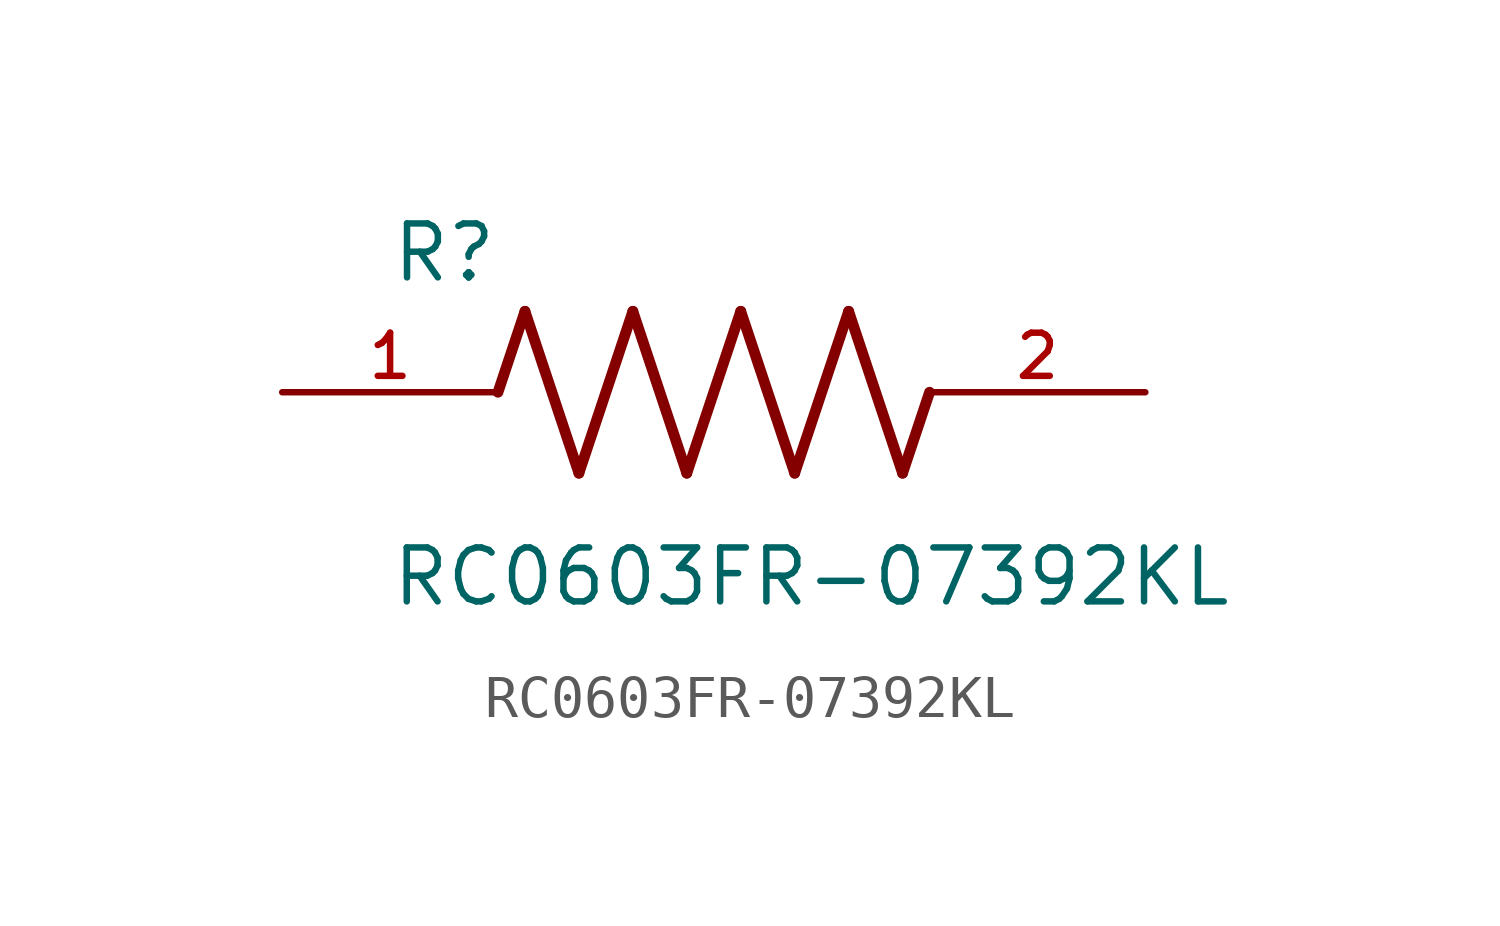
<source format=kicad_sym>
(kicad_symbol_lib
  (version 20211014)
  (generator kicad_symbol_editor)
  (symbol "RC0603FR-07392KL"
    (pin_names
      (offset 1.016))
    (property "Reference" "R"
      (at -7.624 2.541 0)
      (effects (font (size 1.27 1.27)) (justify bottom left)))
    (property "Value" "RC0603FR-07392KL"
      (at -7.63 -5.087 0)
      (effects (font (size 1.27 1.27)) (justify bottom left)))
    (symbol "RC0603FR-07392KL_0_0"
      (polyline (pts (xy -5.08 0.0) (xy -4.445 1.905)) (stroke (width 0.254)))
      (polyline (pts (xy -4.445 1.905) (xy -3.175 -1.905)) (stroke (width 0.254)))
      (polyline (pts (xy -3.175 -1.905) (xy -1.905 1.905)) (stroke (width 0.254)))
      (polyline (pts (xy -1.905 1.905) (xy -0.635 -1.905)) (stroke (width 0.254)))
      (polyline (pts (xy -0.635 -1.905) (xy 0.635 1.905)) (stroke (width 0.254)))
      (polyline (pts (xy 0.635 1.905) (xy 1.905 -1.905)) (stroke (width 0.254)))
      (polyline (pts (xy 1.905 -1.905) (xy 3.175 1.905)) (stroke (width 0.254)))
      (polyline (pts (xy 3.175 1.905) (xy 4.445 -1.905)) (stroke (width 0.254)))
      (polyline (pts (xy 4.445 -1.905) (xy 5.08 0.0)) (stroke (width 0.254)))
      (pin passive line (at -10.16 0.0 0) (length 5.08) (name "~" (effects (font (size 1.016 1.016)))) (number "1" (effects (font (size 1.016 1.016)))))
      (pin passive line (at 10.16 0.0 180.0) (length 5.08) (name "~" (effects (font (size 1.016 1.016)))) (number "2" (effects (font (size 1.016 1.016))))))))
</source>
